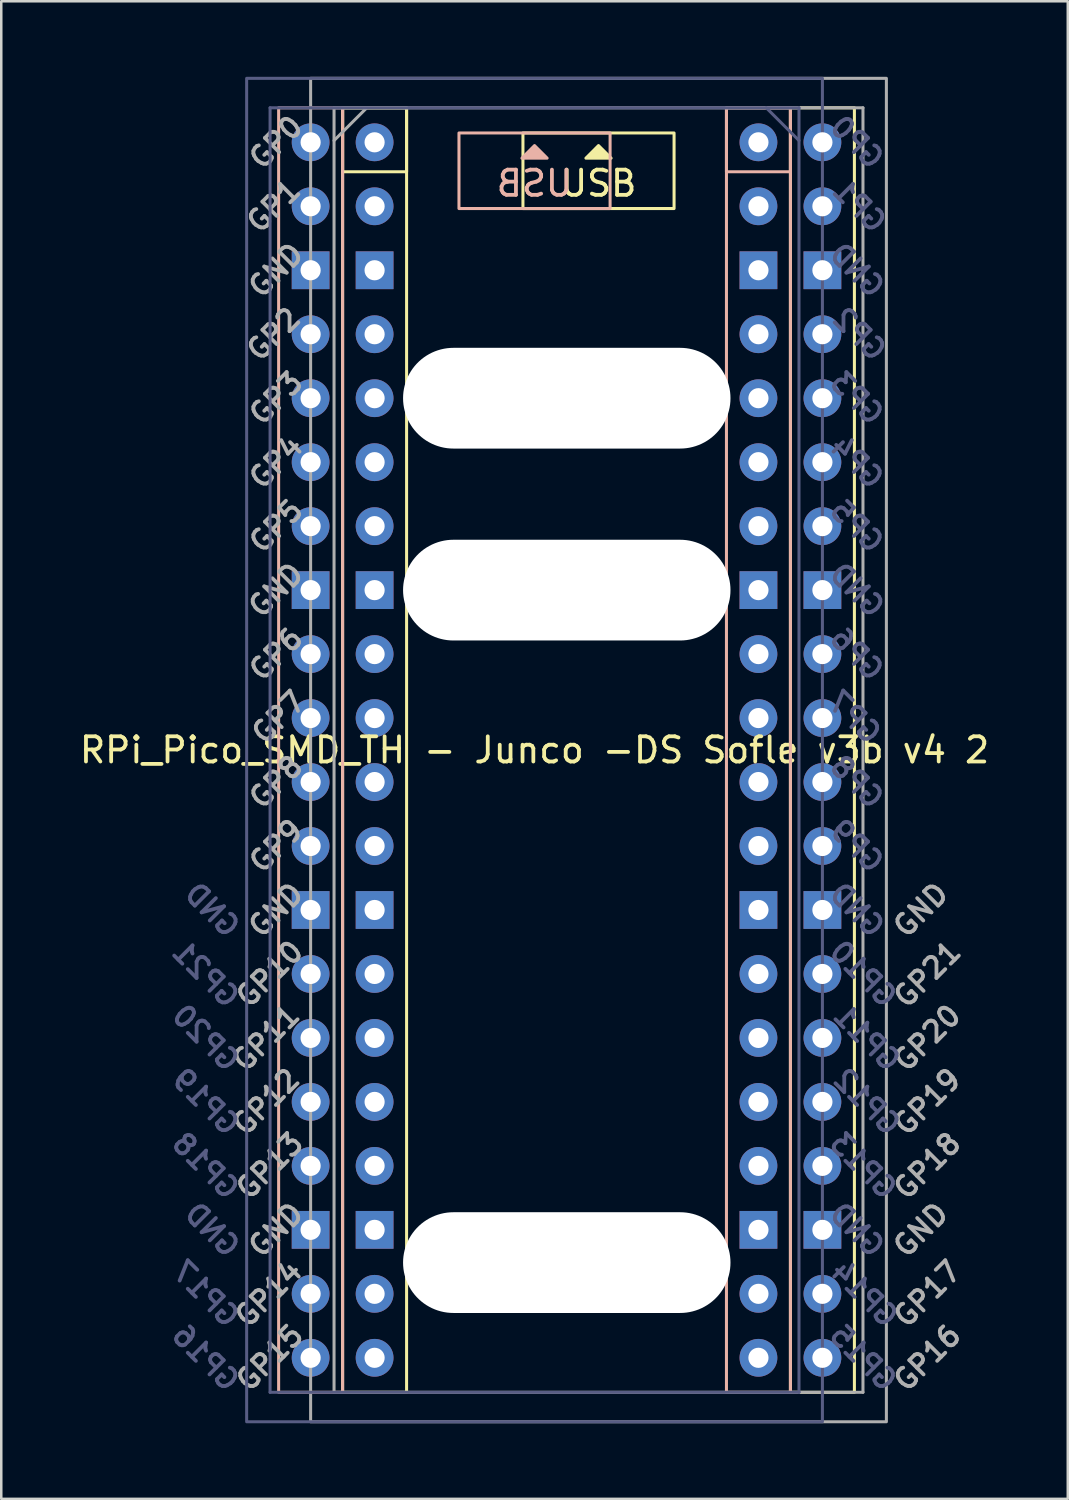
<source format=kicad_pcb>
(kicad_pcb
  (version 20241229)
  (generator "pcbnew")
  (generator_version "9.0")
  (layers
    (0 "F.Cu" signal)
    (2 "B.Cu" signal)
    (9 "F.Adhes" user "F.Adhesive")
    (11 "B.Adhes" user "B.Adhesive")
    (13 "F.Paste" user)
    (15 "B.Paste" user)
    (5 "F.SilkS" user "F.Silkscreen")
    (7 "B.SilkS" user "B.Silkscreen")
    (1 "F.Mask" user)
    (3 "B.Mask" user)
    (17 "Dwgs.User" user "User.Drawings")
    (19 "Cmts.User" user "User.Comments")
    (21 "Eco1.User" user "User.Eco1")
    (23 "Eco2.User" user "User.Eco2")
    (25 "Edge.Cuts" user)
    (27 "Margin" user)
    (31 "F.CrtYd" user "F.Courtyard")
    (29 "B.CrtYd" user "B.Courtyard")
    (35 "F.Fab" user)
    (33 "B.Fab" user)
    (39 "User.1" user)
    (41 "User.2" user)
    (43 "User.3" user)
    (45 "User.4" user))
  (footprint "RPi_Pico_SMD_TH - Junco -DS Sofle v3b v4 2"
    (layer "F.Cu")
    (at 19.443 26.73)
    (property "Reference" "RPi_Pico_SMD_TH - Junco -DS Sofle v3b v4 2" (at -1.27 0 0) (layer "F.SilkS") (effects (font (size 1 1) (thickness 0.15))))
    (attr through_hole)
    (fp_rect (start -8.89 -25.5) (end -6.35 -22.96) (stroke (width 0.12) (type default)) (fill no) (layer "F.SilkS"))
    (fp_rect (start -8.89 -25.5) (end -6.35 25.5) (stroke (width 0.12) (type default)) (fill no) (layer "F.SilkS"))
    (fp_rect (start -1.73 -24.5) (end 4.27 -21.5) (stroke (width 0.12) (type solid)) (fill no) (layer "F.SilkS"))
    (fp_rect (start 8.89 -25.5) (end 11.43 25.5) (stroke (width 0.12) (type default)) (fill no) (layer "F.SilkS"))
    (fp_poly (pts (xy 1.77 -23.5) (xy 0.77 -23.5) (xy 1.27 -24)) (stroke (width 0.12) (type solid)) (fill yes) (layer "F.SilkS"))
    (fp_rect (start -8.89 -25.5) (end -11.43 25.5) (stroke (width 0.12) (type default)) (fill no) (layer "B.SilkS"))
    (fp_rect (start 1.73 -24.5) (end -4.27 -21.5) (stroke (width 0.12) (type solid)) (fill no) (layer "B.SilkS"))
    (fp_rect (start 8.89 -25.5) (end 6.35 -22.96) (stroke (width 0.12) (type default)) (fill no) (layer "B.SilkS"))
    (fp_rect (start 8.89 -25.5) (end 6.35 25.5) (stroke (width 0.12) (type default)) (fill no) (layer "B.SilkS"))
    (fp_poly (pts (xy -1.77 -23.5) (xy -0.77 -23.5) (xy -1.27 -24)) (stroke (width 0.12) (type solid)) (fill yes) (layer "B.SilkS"))
    (fp_line (start -11.77 -25.5) (end -11.77 25.5) (stroke (width 0.12) (type solid)) (layer "B.Fab"))
    (fp_line (start -11.77 25.5) (end 9.23 25.5) (stroke (width 0.12) (type solid)) (layer "B.Fab"))
    (fp_line (start 9.23 -25.5) (end -11.77 -25.5) (stroke (width 0.12) (type solid)) (layer "B.Fab"))
    (fp_line (start 9.23 -24.2) (end 7.93 -25.5) (stroke (width 0.12) (type solid)) (layer "B.Fab"))
    (fp_line (start 9.23 25.5) (end 9.23 -25.5) (stroke (width 0.12) (type solid)) (layer "B.Fab"))
    (fp_rect (start 10.16 -26.67) (end -12.7 26.67) (stroke (width 0.12) (type solid)) (fill no) (layer "B.Fab"))
    (fp_line (start -9.23 -25.5) (end 11.77 -25.5) (stroke (width 0.12) (type solid)) (layer "F.Fab"))
    (fp_line (start -9.23 -24.2) (end -7.93 -25.5) (stroke (width 0.12) (type solid)) (layer "F.Fab"))
    (fp_line (start -9.23 25.5) (end -9.23 -25.5) (stroke (width 0.12) (type solid)) (layer "F.Fab"))
    (fp_line (start 11.77 -25.5) (end 11.77 25.5) (stroke (width 0.12) (type solid)) (layer "F.Fab"))
    (fp_line (start 11.77 25.5) (end -9.23 25.5) (stroke (width 0.12) (type solid)) (layer "F.Fab"))
    (fp_rect (start -10.16 -26.67) (end 12.7 26.67) (stroke (width 0.12) (type solid)) (fill no) (layer "F.Fab"))
    (fp_text user "USB" (at 1.27 -22.5 0) (unlocked yes) (layer "F.SilkS") (effects (font (size 1 1) (thickness 0.15))))
    (fp_text user "USB" (at -1.27 -22.5 0) (unlocked yes) (layer "B.SilkS") (effects (font (size 1 1) (thickness 0.15)) (justify mirror)))
    (fp_text user "GP5" (at 11.53 -8.89 315) (layer "B.Fab") (effects (font (size 0.8 0.8) (thickness 0.15)) (justify mirror)))
    (fp_text user "GND" (at 11.53 6.35 315) (layer "B.Fab") (effects (font (size 0.8 0.8) (thickness 0.15)) (justify mirror)))
    (fp_text user "GP16" (at -14.324 24.13 315) (layer "B.Fab") (effects (font (size 0.8 0.8) (thickness 0.15)) (justify mirror)))
    (fp_text user "GP6" (at 11.53 -3.81 315) (layer "B.Fab") (effects (font (size 0.8 0.8) (thickness 0.15)) (justify mirror)))
    (fp_text user "GP20" (at -14.324 11.43 315) (layer "B.Fab") (effects (font (size 0.8 0.8) (thickness 0.15)) (justify mirror)))
    (fp_text user "GND" (at 11.53 -19.05 315) (layer "B.Fab") (effects (font (size 0.8 0.8) (thickness 0.15)) (justify mirror)))
    (fp_text user "GP12" (at 11.93 13.97 315) (layer "B.Fab") (effects (font (size 0.8 0.8) (thickness 0.15)) (justify mirror)))
    (fp_text user "GP10" (at 11.784 8.89 315) (layer "B.Fab") (effects (font (size 0.8 0.8) (thickness 0.15)) (justify mirror)))
    (fp_text user "GND" (at 11.53 -6.35 315) (layer "B.Fab") (effects (font (size 0.8 0.8) (thickness 0.15)) (justify mirror)))
    (fp_text user "GP3" (at 11.53 -13.97 315) (layer "B.Fab") (effects (font (size 0.8 0.8) (thickness 0.15)) (justify mirror)))
    (fp_text user "GP14" (at 11.83 21.59 315) (layer "B.Fab") (effects (font (size 0.8 0.8) (thickness 0.15)) (justify mirror)))
    (fp_text user "GP9" (at 11.53 3.81 315) (layer "B.Fab") (effects (font (size 0.8 0.8) (thickness 0.15)) (justify mirror)))
    (fp_text user "GP18" (at -14.324 16.51 315) (layer "B.Fab") (effects (font (size 0.8 0.8) (thickness 0.15)) (justify mirror)))
    (fp_text user "GP8" (at 11.53 1.27 315) (layer "B.Fab") (effects (font (size 0.8 0.8) (thickness 0.15)) (justify mirror)))
    (fp_text user "GP2" (at 11.63 -16.51 315) (layer "B.Fab") (effects (font (size 0.8 0.8) (thickness 0.15)) (justify mirror)))
    (fp_text user "GP15" (at 11.784 24.13 315) (layer "B.Fab") (effects (font (size 0.8 0.8) (thickness 0.15)) (justify mirror)))
    (fp_text user "GP1" (at 11.63 -21.6 315) (layer "B.Fab") (effects (font (size 0.8 0.8) (thickness 0.15)) (justify mirror)))
    (fp_text user "GP4" (at 11.53 -11.43 315) (layer "B.Fab") (effects (font (size 0.8 0.8) (thickness 0.15)) (justify mirror)))
    (fp_text user "GP13" (at 11.784 16.51 315) (layer "B.Fab") (effects (font (size 0.8 0.8) (thickness 0.15)) (justify mirror)))
    (fp_text user "GP11" (at 11.93 11.43 315) (layer "B.Fab") (effects (font (size 0.8 0.8) (thickness 0.15)) (justify mirror)))
    (fp_text user "GND" (at 11.53 19.05 315) (layer "B.Fab") (effects (font (size 0.8 0.8) (thickness 0.15)) (justify mirror)))
    (fp_text user "GND" (at -14.07 19.05 315) (layer "B.Fab") (effects (font (size 0.8 0.8) (thickness 0.15)) (justify mirror)))
    (fp_text user "GP21" (at -14.324 8.9 315) (layer "B.Fab") (effects (font (size 0.8 0.8) (thickness 0.15)) (justify mirror)))
    (fp_text user "GP0" (at 11.53 -24.13 315) (layer "B.Fab") (effects (font (size 0.8 0.8) (thickness 0.15)) (justify mirror)))
    (fp_text user "GP17" (at -14.324 21.59 315) (layer "B.Fab") (effects (font (size 0.8 0.8) (thickness 0.15)) (justify mirror)))
    (fp_text user "GND" (at -14.07 6.35 315) (layer "B.Fab") (effects (font (size 0.8 0.8) (thickness 0.15)) (justify mirror)))
    (fp_text user "GP19" (at -14.324 13.97 315) (layer "B.Fab") (effects (font (size 0.8 0.8) (thickness 0.15)) (justify mirror)))
    (fp_text user "GP7" (at 11.43 -1.3 315) (layer "B.Fab") (effects (font (size 0.8 0.8) (thickness 0.15)) (justify mirror)))
    (fp_text user "GP6" (at -11.53 -3.81 45) (layer "F.Fab") (effects (font (size 0.8 0.8) (thickness 0.15))))
    (fp_text user "GND" (at 14.07 6.35 45) (layer "F.Fab") (effects (font (size 0.8 0.8) (thickness 0.15))))
    (fp_text user "GP18" (at 14.324 16.51 45) (layer "F.Fab") (effects (font (size 0.8 0.8) (thickness 0.15))))
    (fp_text user "GP21" (at 14.324 8.9 45) (layer "F.Fab") (effects (font (size 0.8 0.8) (thickness 0.15))))
    (fp_text user "GP20" (at 14.324 11.43 45) (layer "F.Fab") (effects (font (size 0.8 0.8) (thickness 0.15))))
    (fp_text user "GP15" (at -11.784 24.13 45) (layer "F.Fab") (effects (font (size 0.8 0.8) (thickness 0.15))))
    (fp_text user "GP4" (at -11.53 -11.43 45) (layer "F.Fab") (effects (font (size 0.8 0.8) (thickness 0.15))))
    (fp_text user "GND" (at -11.53 -6.35 45) (layer "F.Fab") (effects (font (size 0.8 0.8) (thickness 0.15))))
    (fp_text user "GP5" (at -11.53 -8.89 45) (layer "F.Fab") (effects (font (size 0.8 0.8) (thickness 0.15))))
    (fp_text user "GP7" (at -11.43 -1.3 45) (layer "F.Fab") (effects (font (size 0.8 0.8) (thickness 0.15))))
    (fp_text user "GP10" (at -11.784 8.89 45) (layer "F.Fab") (effects (font (size 0.8 0.8) (thickness 0.15))))
    (fp_text user "GP2" (at -11.63 -16.51 45) (layer "F.Fab") (effects (font (size 0.8 0.8) (thickness 0.15))))
    (fp_text user "GP1" (at -11.63 -21.6 45) (layer "F.Fab") (effects (font (size 0.8 0.8) (thickness 0.15))))
    (fp_text user "GP8" (at -11.53 1.27 45) (layer "F.Fab") (effects (font (size 0.8 0.8) (thickness 0.15))))
    (fp_text user "GP13" (at -11.784 16.51 45) (layer "F.Fab") (effects (font (size 0.8 0.8) (thickness 0.15))))
    (fp_text user "GND" (at 14.07 19.05 45) (layer "F.Fab") (effects (font (size 0.8 0.8) (thickness 0.15))))
    (fp_text user "GND" (at -11.53 -19.05 45) (layer "F.Fab") (effects (font (size 0.8 0.8) (thickness 0.15))))
    (fp_text user "GP12" (at -11.93 13.97 45) (layer "F.Fab") (effects (font (size 0.8 0.8) (thickness 0.15))))
    (fp_text user "GP16" (at 14.324 24.13 45) (layer "F.Fab") (effects (font (size 0.8 0.8) (thickness 0.15))))
    (fp_text user "GP9" (at -11.53 3.81 45) (layer "F.Fab") (effects (font (size 0.8 0.8) (thickness 0.15))))
    (fp_text user "GP17" (at 14.324 21.59 45) (layer "F.Fab") (effects (font (size 0.8 0.8) (thickness 0.15))))
    (fp_text user "GP14" (at -11.83 21.59 45) (layer "F.Fab") (effects (font (size 0.8 0.8) (thickness 0.15))))
    (fp_text user "GND" (at -11.53 6.35 45) (layer "F.Fab") (effects (font (size 0.8 0.8) (thickness 0.15))))
    (fp_text user "GP3" (at -11.53 -13.97 45) (layer "F.Fab") (effects (font (size 0.8 0.8) (thickness 0.15))))
    (fp_text user "GP0" (at -11.53 -24.13 45) (layer "F.Fab") (effects (font (size 0.8 0.8) (thickness 0.15))))
    (fp_text user "GND" (at -11.53 19.05 45) (layer "F.Fab") (effects (font (size 0.8 0.8) (thickness 0.15))))
    (fp_text user "GP11" (at -11.93 11.43 45) (layer "F.Fab") (effects (font (size 0.8 0.8) (thickness 0.15))))
    (fp_text user "GP19" (at 14.324 13.97 45) (layer "F.Fab") (effects (font (size 0.8 0.8) (thickness 0.15))))
    (pad "" np_thru_hole oval (at 0.01 -13.97) (size 13 4) (drill oval 13 4) (layers "*.Cu" "*.Mask"))
    (pad "" np_thru_hole oval (at 0.01 -6.35) (size 13 4) (drill oval 13 4) (layers "*.Cu" "*.Mask"))
    (pad "" np_thru_hole oval (at 0.01 20.35) (size 13 4) (drill oval 13 4) (layers "*.Cu" "*.Mask"))
    (pad "1" thru_hole circle (at -7.62 -24.13) (size 1.5 1.5) (drill 0.8) (layers "*.Cu" "B.Mask"))
    (pad "1" thru_hole circle (at 7.62 -24.13) (size 1.5 1.5) (drill 0.8) (layers "*.Cu" "F.Mask"))
    (pad "2" thru_hole circle (at -7.62 -21.59) (size 1.5 1.5) (drill 0.8) (layers "*.Cu" "B.Mask"))
    (pad "2" thru_hole circle (at 7.62 -21.59) (size 1.5 1.5) (drill 0.8) (layers "*.Cu" "F.Mask"))
    (pad "3" thru_hole rect (at -7.62 -19.05) (size 1.5 1.5) (drill 0.8) (layers "*.Cu" "B.Mask"))
    (pad "3" thru_hole rect (at 7.62 -19.05) (size 1.5 1.5) (drill 0.8) (layers "*.Cu" "F.Mask"))
    (pad "4" thru_hole circle (at -7.62 -16.51) (size 1.5 1.5) (drill 0.8) (layers "*.Cu" "B.Mask"))
    (pad "4" thru_hole circle (at 7.62 -16.51) (size 1.5 1.5) (drill 0.8) (layers "*.Cu" "F.Mask"))
    (pad "5" thru_hole circle (at -7.62 -13.97) (size 1.5 1.5) (drill 0.8) (layers "*.Cu" "B.Mask"))
    (pad "5" thru_hole circle (at 7.62 -13.97) (size 1.5 1.5) (drill 0.8) (layers "*.Cu" "F.Mask"))
    (pad "6" thru_hole circle (at -7.62 -11.43) (size 1.5 1.5) (drill 0.8) (layers "*.Cu" "B.Mask"))
    (pad "6" thru_hole circle (at 7.62 -11.43) (size 1.5 1.5) (drill 0.8) (layers "*.Cu" "F.Mask"))
    (pad "7" thru_hole circle (at -7.62 -8.89) (size 1.5 1.5) (drill 0.8) (layers "*.Cu" "B.Mask"))
    (pad "7" thru_hole circle (at 7.62 -8.89) (size 1.5 1.5) (drill 0.8) (layers "*.Cu" "F.Mask"))
    (pad "8" thru_hole rect (at -7.62 -6.35) (size 1.5 1.5) (drill 0.8) (layers "*.Cu" "B.Mask"))
    (pad "8" thru_hole rect (at 7.62 -6.35) (size 1.5 1.5) (drill 0.8) (layers "*.Cu" "F.Mask"))
    (pad "9" thru_hole circle (at -7.62 -3.81) (size 1.5 1.5) (drill 0.8) (layers "*.Cu" "B.Mask"))
    (pad "9" thru_hole circle (at 7.62 -3.81) (size 1.5 1.5) (drill 0.8) (layers "*.Cu" "F.Mask"))
    (pad "10" thru_hole circle (at -7.62 -1.27) (size 1.5 1.5) (drill 0.8) (layers "*.Cu" "B.Mask"))
    (pad "10" thru_hole circle (at 7.62 -1.27) (size 1.5 1.5) (drill 0.8) (layers "*.Cu" "F.Mask"))
    (pad "11" thru_hole circle (at -7.62 1.27) (size 1.5 1.5) (drill 0.8) (layers "*.Cu" "B.Mask"))
    (pad "11" thru_hole circle (at 7.62 1.27) (size 1.5 1.5) (drill 0.8) (layers "*.Cu" "F.Mask"))
    (pad "12" thru_hole circle (at -7.62 3.81) (size 1.5 1.5) (drill 0.8) (layers "*.Cu" "B.Mask"))
    (pad "12" thru_hole circle (at 7.62 3.81) (size 1.5 1.5) (drill 0.8) (layers "*.Cu" "F.Mask"))
    (pad "13" thru_hole rect (at -7.62 6.35) (size 1.5 1.5) (drill 0.8) (layers "*.Cu" "B.Mask"))
    (pad "13" thru_hole rect (at 7.62 6.35) (size 1.5 1.5) (drill 0.8) (layers "*.Cu" "F.Mask"))
    (pad "14" thru_hole circle (at -7.62 8.89) (size 1.5 1.5) (drill 0.8) (layers "*.Cu" "B.Mask"))
    (pad "14" thru_hole circle (at 7.62 8.89) (size 1.5 1.5) (drill 0.8) (layers "*.Cu" "F.Mask"))
    (pad "15" thru_hole circle (at -7.62 11.43) (size 1.5 1.5) (drill 0.8) (layers "*.Cu" "B.Mask"))
    (pad "15" thru_hole circle (at 7.62 11.43) (size 1.5 1.5) (drill 0.8) (layers "*.Cu" "F.Mask"))
    (pad "16" thru_hole circle (at -7.62 13.97) (size 1.5 1.5) (drill 0.8) (layers "*.Cu" "B.Mask"))
    (pad "16" thru_hole circle (at 7.62 13.97) (size 1.5 1.5) (drill 0.8) (layers "*.Cu" "F.Mask"))
    (pad "17" thru_hole circle (at -7.62 16.51) (size 1.5 1.5) (drill 0.8) (layers "*.Cu" "B.Mask"))
    (pad "17" thru_hole circle (at 7.62 16.51) (size 1.5 1.5) (drill 0.8) (layers "*.Cu" "F.Mask"))
    (pad "18" thru_hole rect (at -7.62 19.05) (size 1.5 1.5) (drill 0.8) (layers "*.Cu" "B.Mask"))
    (pad "18" thru_hole rect (at 7.62 19.05) (size 1.5 1.5) (drill 0.8) (layers "*.Cu" "F.Mask"))
    (pad "19" thru_hole circle (at -7.62 21.59) (size 1.5 1.5) (drill 0.8) (layers "*.Cu" "B.Mask"))
    (pad "19" thru_hole circle (at 7.62 21.59) (size 1.5 1.5) (drill 0.8) (layers "*.Cu" "F.Mask"))
    (pad "20" thru_hole circle (at -7.62 24.13) (size 1.5 1.5) (drill 0.8) (layers "*.Cu" "B.Mask"))
    (pad "20" thru_hole circle (at 7.62 24.13) (size 1.5 1.5) (drill 0.8) (layers "*.Cu" "F.Mask"))
    (pad "21" thru_hole circle (at -10.16 24.13) (size 1.5 1.5) (drill 0.8) (layers "*.Cu" "F.Mask"))
    (pad "21" thru_hole circle (at 10.16 24.13) (size 1.5 1.5) (drill 0.8) (layers "*.Cu" "B.Mask"))
    (pad "22" thru_hole circle (at -10.16 21.59) (size 1.5 1.5) (drill 0.8) (layers "*.Cu" "F.Mask"))
    (pad "22" thru_hole circle (at 10.16 21.59) (size 1.5 1.5) (drill 0.8) (layers "*.Cu" "B.Mask"))
    (pad "23" thru_hole rect (at -10.16 19.05) (size 1.5 1.5) (drill 0.8) (layers "*.Cu" "F.Mask"))
    (pad "23" thru_hole rect (at 10.16 19.05) (size 1.5 1.5) (drill 0.8) (layers "*.Cu" "B.Mask"))
    (pad "24" thru_hole circle (at -10.16 16.51) (size 1.5 1.5) (drill 0.8) (layers "*.Cu" "F.Mask"))
    (pad "24" thru_hole circle (at 10.16 16.51) (size 1.5 1.5) (drill 0.8) (layers "*.Cu" "B.Mask"))
    (pad "25" thru_hole circle (at -10.16 13.97) (size 1.5 1.5) (drill 0.8) (layers "*.Cu" "F.Mask"))
    (pad "25" thru_hole circle (at 10.16 13.97) (size 1.5 1.5) (drill 0.8) (layers "*.Cu" "B.Mask"))
    (pad "26" thru_hole circle (at -10.16 11.43) (size 1.5 1.5) (drill 0.8) (layers "*.Cu" "F.Mask"))
    (pad "26" thru_hole circle (at 10.16 11.43) (size 1.5 1.5) (drill 0.8) (layers "*.Cu" "B.Mask"))
    (pad "27" thru_hole circle (at -10.16 8.89) (size 1.5 1.5) (drill 0.8) (layers "*.Cu" "F.Mask"))
    (pad "27" thru_hole circle (at 10.16 8.89) (size 1.5 1.5) (drill 0.8) (layers "*.Cu" "B.Mask"))
    (pad "28" thru_hole rect (at -10.16 6.35) (size 1.5 1.5) (drill 0.8) (layers "*.Cu" "F.Mask"))
    (pad "28" thru_hole rect (at 10.16 6.35) (size 1.5 1.5) (drill 0.8) (layers "*.Cu" "B.Mask"))
    (pad "29" thru_hole circle (at -10.16 3.81) (size 1.5 1.5) (drill 0.8) (layers "*.Cu" "F.Mask"))
    (pad "29" thru_hole circle (at 10.16 3.81) (size 1.5 1.5) (drill 0.8) (layers "*.Cu" "B.Mask"))
    (pad "30" thru_hole circle (at -10.16 1.27) (size 1.5 1.5) (drill 0.8) (layers "*.Cu" "F.Mask"))
    (pad "30" thru_hole circle (at 10.16 1.27) (size 1.5 1.5) (drill 0.8) (layers "*.Cu" "B.Mask"))
    (pad "31" thru_hole circle (at -10.16 -1.27) (size 1.5 1.5) (drill 0.8) (layers "*.Cu" "F.Mask"))
    (pad "31" thru_hole circle (at 10.16 -1.27) (size 1.5 1.5) (drill 0.8) (layers "*.Cu" "B.Mask"))
    (pad "32" thru_hole circle (at -10.16 -3.81) (size 1.5 1.5) (drill 0.8) (layers "*.Cu" "F.Mask"))
    (pad "32" thru_hole circle (at 10.16 -3.81) (size 1.5 1.5) (drill 0.8) (layers "*.Cu" "B.Mask"))
    (pad "33" thru_hole rect (at -10.16 -6.35) (size 1.5 1.5) (drill 0.8) (layers "*.Cu" "F.Mask"))
    (pad "33" thru_hole rect (at 10.16 -6.35) (size 1.5 1.5) (drill 0.8) (layers "*.Cu" "B.Mask"))
    (pad "34" thru_hole circle (at -10.16 -8.89) (size 1.5 1.5) (drill 0.8) (layers "*.Cu" "F.Mask"))
    (pad "34" thru_hole circle (at 10.16 -8.89) (size 1.5 1.5) (drill 0.8) (layers "*.Cu" "B.Mask"))
    (pad "35" thru_hole circle (at -10.16 -11.43) (size 1.5 1.5) (drill 0.8) (layers "*.Cu" "F.Mask"))
    (pad "35" thru_hole circle (at 10.16 -11.43) (size 1.5 1.5) (drill 0.8) (layers "*.Cu" "B.Mask"))
    (pad "36" thru_hole circle (at -10.16 -13.97) (size 1.5 1.5) (drill 0.8) (layers "*.Cu" "F.Mask"))
    (pad "36" thru_hole circle (at 10.16 -13.97) (size 1.5 1.5) (drill 0.8) (layers "*.Cu" "B.Mask"))
    (pad "37" thru_hole circle (at -10.16 -16.51) (size 1.5 1.5) (drill 0.8) (layers "*.Cu" "F.Mask"))
    (pad "37" thru_hole circle (at 10.16 -16.51) (size 1.5 1.5) (drill 0.8) (layers "*.Cu" "B.Mask"))
    (pad "38" thru_hole rect (at -10.16 -19.05) (size 1.5 1.5) (drill 0.8) (layers "*.Cu" "F.Mask"))
    (pad "38" thru_hole rect (at 10.16 -19.05) (size 1.5 1.5) (drill 0.8) (layers "*.Cu" "B.Mask"))
    (pad "39" thru_hole circle (at -10.16 -21.59) (size 1.5 1.5) (drill 0.8) (layers "*.Cu" "F.Mask"))
    (pad "39" thru_hole circle (at 10.16 -21.59) (size 1.5 1.5) (drill 0.8) (layers "*.Cu" "B.Mask"))
    (pad "40" thru_hole circle (at -10.16 -24.13) (size 1.5 1.5) (drill 0.8) (layers "*.Cu" "F.Mask"))
    (pad "40" thru_hole circle (at 10.16 -24.13) (size 1.5 1.5) (drill 0.8) (layers "*.Cu" "B.Mask")))
  (gr_rect
    (start -3 -3)
    (end 39.345 56.46)
    (stroke (width 0.1) (type default))
    (fill no)
    (layer "Edge.Cuts")))
</source>
